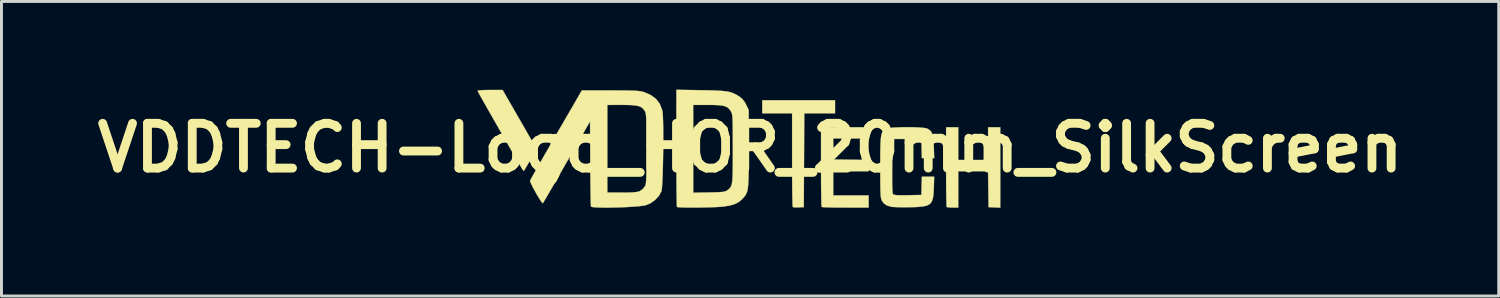
<source format=kicad_pcb>
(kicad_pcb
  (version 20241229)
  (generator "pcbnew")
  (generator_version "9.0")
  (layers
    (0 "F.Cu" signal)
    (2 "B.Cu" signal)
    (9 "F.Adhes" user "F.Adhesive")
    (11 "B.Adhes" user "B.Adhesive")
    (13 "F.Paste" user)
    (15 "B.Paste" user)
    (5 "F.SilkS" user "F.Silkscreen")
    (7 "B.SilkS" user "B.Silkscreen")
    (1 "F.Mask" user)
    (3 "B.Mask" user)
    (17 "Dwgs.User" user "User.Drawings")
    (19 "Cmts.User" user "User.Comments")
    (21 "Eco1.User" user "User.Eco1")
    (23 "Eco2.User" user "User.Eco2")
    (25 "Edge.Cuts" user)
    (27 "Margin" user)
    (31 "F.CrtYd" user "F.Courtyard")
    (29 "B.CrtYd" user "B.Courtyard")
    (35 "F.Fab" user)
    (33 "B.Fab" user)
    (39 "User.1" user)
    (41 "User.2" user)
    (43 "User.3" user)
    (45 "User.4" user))
  (footprint "VDDTECH-Logo_HOR_20mm_SilkScreen"
    (layer "F.Cu")
    (at 22.468 1.979)
    (property "Reference" "VDDTECH-Logo_HOR_20mm_SilkScreen" (at 0 0 0) (layer "F.SilkS") (effects (font (size 1.524 1.524) (thickness 0.3))))
    (attr through_hole)
    (fp_poly (pts (xy 2.889 -1.175) (xy 2.366 -1.175) (xy 1.842 -1.175) (xy 1.826 2.016) (xy 1.65 2.025) (xy 1.549 2.027) (xy 1.475 2.02) (xy 1.451 2.012) (xy 1.447 1.977) (xy 1.443 1.884) (xy 1.439 1.74) (xy 1.436 1.552) (xy 1.433 1.324) (xy 1.431 1.063) (xy 1.429 0.775) (xy 1.429 0.468) (xy 1.429 0.407) (xy 1.429 -1.175) (xy 0.413 -1.175) (xy 0.413 -1.619) (xy 2.889 -1.619) (xy 2.889 -1.175)) (stroke (width 0.01) (type solid)) (fill yes) (layer "F.SilkS"))
    (fp_poly (pts (xy 7.08 0.413) (xy 8.096 0.413) (xy 8.096 -0.699) (xy 8.509 -0.699) (xy 8.509 2.035) (xy 8.311 2.026) (xy 8.112 2.016) (xy 8.104 1.405) (xy 8.095 0.794) (xy 7.08 0.794) (xy 7.08 2.032) (xy 6.895 2.032) (xy 6.792 2.029) (xy 6.716 2.02) (xy 6.689 2.011) (xy 6.684 1.976) (xy 6.68 1.883) (xy 6.676 1.741) (xy 6.673 1.555) (xy 6.67 1.333) (xy 6.669 1.08) (xy 6.668 0.804) (xy 6.668 0.646) (xy 6.668 -0.699) (xy 7.08 -0.699) (xy 7.08 0.413)) (stroke (width 0.01) (type solid)) (fill yes) (layer "F.SilkS"))
    (fp_poly (pts (xy 4.032 -0.318) (xy 2.824 -0.318) (xy 2.833 0.04) (xy 2.842 0.397) (xy 3.437 0.406) (xy 4.032 0.414) (xy 4.032 0.794) (xy 2.826 0.794) (xy 2.826 1.619) (xy 4.032 1.619) (xy 4.032 2.032) (xy 3.244 2.032) (xy 3.026 2.031) (xy 2.83 2.029) (xy 2.664 2.025) (xy 2.536 2.021) (xy 2.457 2.015) (xy 2.434 2.011) (xy 2.43 1.976) (xy 2.425 1.883) (xy 2.422 1.741) (xy 2.419 1.555) (xy 2.416 1.333) (xy 2.414 1.08) (xy 2.413 0.804) (xy 2.413 0.646) (xy 2.413 -0.699) (xy 4.032 -0.699) (xy 4.032 -0.318)) (stroke (width 0.01) (type solid)) (fill yes) (layer "F.SilkS"))
    (fp_poly (pts (xy -7.846 -0.971) (xy -7.714 -0.743) (xy -7.593 -0.532) (xy -7.486 -0.345) (xy -7.397 -0.188) (xy -7.329 -0.067) (xy -7.286 0.011) (xy -7.271 0.04) (xy -7.286 0.07) (xy -7.325 0.143) (xy -7.383 0.245) (xy -7.451 0.365) (xy -7.522 0.489) (xy -7.59 0.606) (xy -7.647 0.703) (xy -7.686 0.768) (xy -7.699 0.787) (xy -7.718 0.768) (xy -7.758 0.709) (xy -7.787 0.66) (xy -7.925 0.422) (xy -8.072 0.17) (xy -8.223 -0.092) (xy -8.376 -0.358) (xy -8.527 -0.62) (xy -8.672 -0.875) (xy -8.81 -1.116) (xy -8.935 -1.336) (xy -9.046 -1.532) (xy -9.138 -1.695) (xy -9.208 -1.822) (xy -9.254 -1.905) (xy -9.271 -1.94) (xy -9.271 -1.94) (xy -9.241 -1.951) (xy -9.159 -1.959) (xy -9.038 -1.965) (xy -8.887 -1.968) (xy -8.846 -1.968) (xy -8.42 -1.968) (xy -7.846 -0.971)) (stroke (width 0.01) (type solid)) (fill yes) (layer "F.SilkS"))
    (fp_poly (pts (xy 5.582 -0.699) (xy 5.754 -0.691) (xy 5.897 -0.679) (xy 5.996 -0.664) (xy 6.029 -0.652) (xy 6.109 -0.602) (xy 6.167 -0.539) (xy 6.206 -0.452) (xy 6.231 -0.331) (xy 6.245 -0.164) (xy 6.25 -0.04) (xy 6.261 0.349) (xy 5.844 0.349) (xy 5.835 0.024) (xy 5.826 -0.302) (xy 4.842 -0.302) (xy 4.833 0.615) (xy 4.832 0.91) (xy 4.832 1.146) (xy 4.835 1.326) (xy 4.841 1.455) (xy 4.849 1.536) (xy 4.861 1.575) (xy 4.862 1.577) (xy 4.89 1.594) (xy 4.946 1.606) (xy 5.038 1.613) (xy 5.176 1.614) (xy 5.362 1.612) (xy 5.826 1.603) (xy 5.835 1.294) (xy 5.844 0.984) (xy 6.261 0.984) (xy 6.25 1.359) (xy 6.24 1.557) (xy 6.22 1.71) (xy 6.181 1.825) (xy 6.117 1.907) (xy 6.02 1.961) (xy 5.882 1.994) (xy 5.697 2.012) (xy 5.457 2.02) (xy 5.413 2.02) (xy 5.231 2.022) (xy 5.063 2.02) (xy 4.923 2.015) (xy 4.825 2.009) (xy 4.794 2.004) (xy 4.648 1.958) (xy 4.547 1.887) (xy 4.485 1.801) (xy 4.47 1.767) (xy 4.457 1.725) (xy 4.448 1.667) (xy 4.441 1.585) (xy 4.435 1.474) (xy 4.432 1.326) (xy 4.43 1.134) (xy 4.429 0.891) (xy 4.429 0.651) (xy 4.429 0.341) (xy 4.431 0.089) (xy 4.436 -0.113) (xy 4.444 -0.27) (xy 4.457 -0.39) (xy 4.475 -0.478) (xy 4.501 -0.541) (xy 4.535 -0.585) (xy 4.577 -0.618) (xy 4.631 -0.644) (xy 4.652 -0.653) (xy 4.73 -0.672) (xy 4.856 -0.686) (xy 5.017 -0.695) (xy 5.2 -0.701) (xy 5.393 -0.702) (xy 5.582 -0.699)) (stroke (width 0.01) (type solid)) (fill yes) (layer "F.SilkS"))
    (fp_poly (pts (xy -1.675 -1.961) (xy -1.392 -1.956) (xy -1.163 -1.949) (xy -0.981 -1.938) (xy -0.835 -1.924) (xy -0.717 -1.903) (xy -0.618 -1.875) (xy -0.53 -1.838) (xy -0.442 -1.791) (xy -0.377 -1.751) (xy -0.268 -1.665) (xy -0.184 -1.556) (xy -0.139 -1.472) (xy -0.048 -1.286) (xy -0.048 0.032) (xy -0.048 0.375) (xy -0.049 0.661) (xy -0.051 0.896) (xy -0.056 1.086) (xy -0.064 1.238) (xy -0.075 1.357) (xy -0.091 1.45) (xy -0.113 1.523) (xy -0.14 1.583) (xy -0.174 1.634) (xy -0.216 1.685) (xy -0.25 1.723) (xy -0.368 1.83) (xy -0.509 1.908) (xy -0.686 1.962) (xy -0.911 1.998) (xy -0.933 2) (xy -1.049 2.01) (xy -1.202 2.017) (xy -1.38 2.023) (xy -1.575 2.028) (xy -1.774 2.03) (xy -1.968 2.031) (xy -2.145 2.03) (xy -2.296 2.027) (xy -2.41 2.022) (xy -2.476 2.015) (xy -2.487 2.011) (xy -2.491 1.976) (xy -2.494 1.883) (xy -2.498 1.738) (xy -2.5 1.546) (xy -2.501 1.528) (xy -1.937 1.528) (xy -1.399 1.518) (xy -1.199 1.514) (xy -1.053 1.508) (xy -0.948 1.501) (xy -0.876 1.49) (xy -0.825 1.473) (xy -0.786 1.451) (xy -0.772 1.442) (xy -0.726 1.406) (xy -0.688 1.371) (xy -0.658 1.329) (xy -0.635 1.275) (xy -0.617 1.201) (xy -0.605 1.101) (xy -0.596 0.969) (xy -0.591 0.799) (xy -0.588 0.583) (xy -0.587 0.317) (xy -0.587 0.032) (xy -0.588 -0.271) (xy -0.588 -0.517) (xy -0.59 -0.713) (xy -0.592 -0.865) (xy -0.597 -0.98) (xy -0.603 -1.066) (xy -0.611 -1.128) (xy -0.622 -1.173) (xy -0.636 -1.208) (xy -0.652 -1.238) (xy -0.704 -1.315) (xy -0.764 -1.372) (xy -0.843 -1.412) (xy -0.95 -1.438) (xy -1.094 -1.453) (xy -1.286 -1.46) (xy -1.437 -1.46) (xy -1.937 -1.46) (xy -1.937 1.528) (xy -2.501 1.528) (xy -2.503 1.312) (xy -2.505 1.041) (xy -2.507 0.74) (xy -2.508 0.414) (xy -2.508 0.068) (xy -2.508 0.008) (xy -2.508 -1.974) (xy -1.675 -1.961)) (stroke (width 0.01) (type solid)) (fill yes) (layer "F.SilkS"))
    (fp_poly (pts (xy -4.476 -1.952) (xy -4.248 -1.951) (xy -4.068 -1.947) (xy -3.928 -1.942) (xy -3.82 -1.935) (xy -3.736 -1.925) (xy -3.669 -1.912) (xy -3.619 -1.898) (xy -3.385 -1.8) (xy -3.204 -1.667) (xy -3.074 -1.498) (xy -2.993 -1.29) (xy -2.984 -1.252) (xy -2.974 -1.169) (xy -2.966 -1.033) (xy -2.96 -0.854) (xy -2.957 -0.641) (xy -2.955 -0.401) (xy -2.956 -0.145) (xy -2.958 0.119) (xy -2.962 0.383) (xy -2.967 0.638) (xy -2.974 0.875) (xy -2.983 1.085) (xy -2.992 1.26) (xy -3.003 1.39) (xy -3.015 1.468) (xy -3.017 1.476) (xy -3.102 1.632) (xy -3.234 1.774) (xy -3.396 1.888) (xy -3.54 1.949) (xy -3.629 1.967) (xy -3.763 1.984) (xy -3.931 1.998) (xy -4.124 2.011) (xy -4.333 2.021) (xy -4.547 2.028) (xy -4.757 2.032) (xy -4.954 2.033) (xy -5.127 2.03) (xy -5.267 2.024) (xy -5.365 2.014) (xy -5.411 1.999) (xy -5.413 1.997) (xy -5.416 1.957) (xy -5.42 1.86) (xy -5.424 1.713) (xy -5.427 1.522) (xy -5.43 1.294) (xy -5.433 1.035) (xy -5.436 0.753) (xy -5.437 0.527) (xy -5.445 -0.899) (xy -6.236 0.479) (xy -6.392 0.75) (xy -6.538 1.004) (xy -6.672 1.236) (xy -6.79 1.441) (xy -6.89 1.613) (xy -6.968 1.747) (xy -7.022 1.838) (xy -7.047 1.88) (xy -7.049 1.883) (xy -7.072 1.868) (xy -7.118 1.809) (xy -7.178 1.716) (xy -7.247 1.602) (xy -7.317 1.478) (xy -7.383 1.356) (xy -7.437 1.247) (xy -7.473 1.164) (xy -7.484 1.117) (xy -7.484 1.116) (xy -7.465 1.079) (xy -7.418 0.993) (xy -7.345 0.862) (xy -7.248 0.692) (xy -7.132 0.487) (xy -6.999 0.254) (xy -6.851 -0.003) (xy -6.692 -0.279) (xy -6.597 -0.445) (xy -6.009 -1.46) (xy -4.858 -1.46) (xy -4.858 1.524) (xy -4.365 1.524) (xy -4.143 1.522) (xy -3.977 1.515) (xy -3.858 1.502) (xy -3.777 1.484) (xy -3.762 1.478) (xy -3.67 1.419) (xy -3.593 1.335) (xy -3.589 1.327) (xy -3.572 1.298) (xy -3.559 1.264) (xy -3.548 1.22) (xy -3.54 1.159) (xy -3.534 1.074) (xy -3.53 0.959) (xy -3.527 0.808) (xy -3.525 0.613) (xy -3.525 0.369) (xy -3.524 0.068) (xy -3.524 0.032) (xy -3.525 -0.276) (xy -3.525 -0.527) (xy -3.527 -0.728) (xy -3.53 -0.885) (xy -3.534 -1.003) (xy -3.54 -1.091) (xy -3.548 -1.155) (xy -3.558 -1.2) (xy -3.571 -1.233) (xy -3.584 -1.257) (xy -3.636 -1.327) (xy -3.698 -1.38) (xy -3.782 -1.417) (xy -3.896 -1.441) (xy -4.05 -1.455) (xy -4.253 -1.46) (xy -4.362 -1.461) (xy -4.858 -1.46) (xy -6.009 -1.46) (xy -5.725 -1.953) (xy -4.759 -1.953) (xy -4.476 -1.952)) (stroke (width 0.01) (type solid)) (fill yes) (layer "F.SilkS")))
  (gr_rect
    (start -3 -3)
    (end 47.936 7.019)
    (stroke (width 0.1) (type default))
    (fill no)
    (layer "Edge.Cuts")))
</source>
